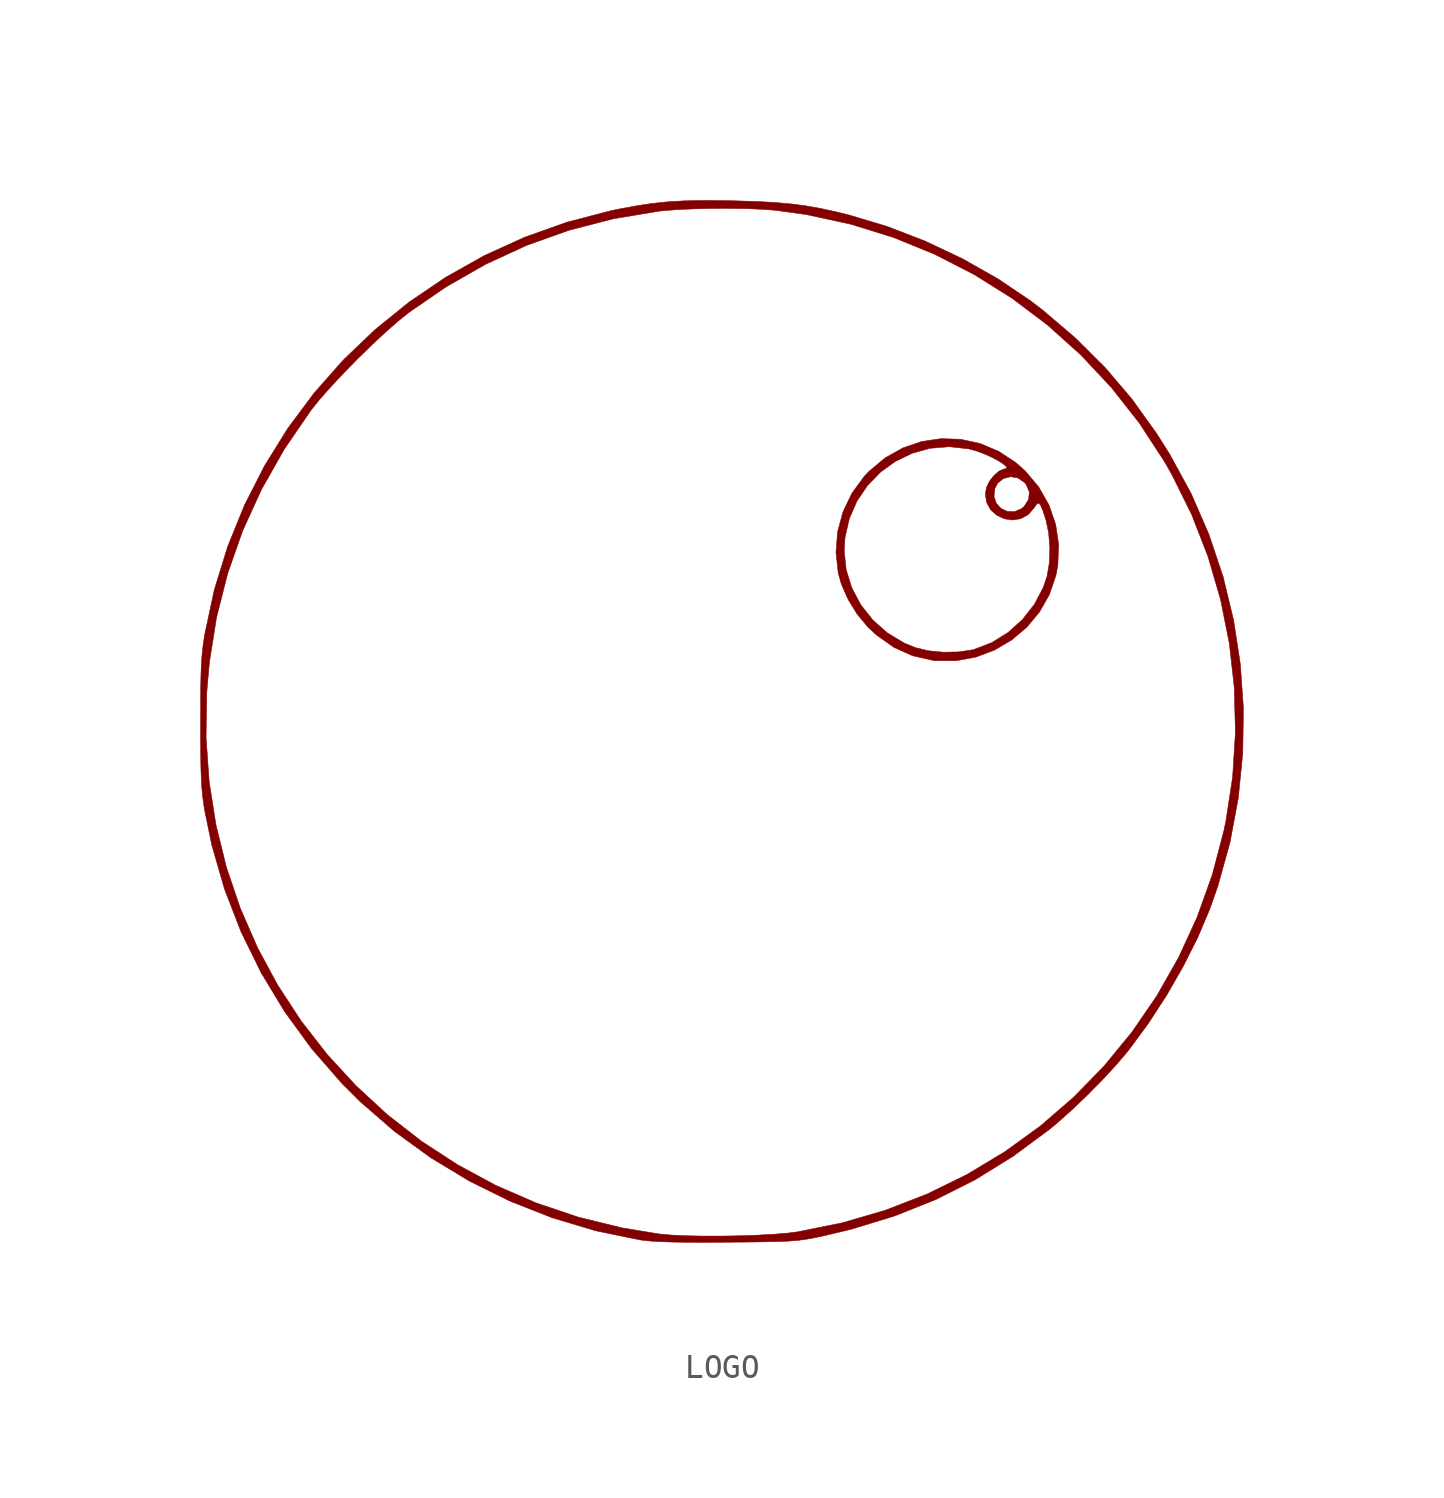
<source format=kicad_sym>
(kicad_symbol_lib
  (version 20210619)
  (generator bitmap2component)
  (symbol "LOGO"
    (pin_names
      (offset 1.016))
    (property "Reference" "#G"
      (at 0 21.04 0)
      (effects (font (size 1.27 1.27)) hide))
    (symbol "LOGO_0_0"
      (polyline (pts (xy 0.212 -21.643) (xy 0.773 -21.639) (xy 1.45 -21.632) (xy 1.997 -21.623) (xy 2.438 -21.612) (xy 2.798 -21.595) (xy 3.099 -21.572) (xy 3.365 -21.541) (xy 3.62 -21.501) (xy 3.888 -21.45) (xy 4.191 -21.386) (xy 5.365 -21.107) (xy 7.176 -20.553) (xy 8.893 -19.867) (xy 10.53 -19.043) (xy 12.1 -18.072) (xy 13.617 -16.949) (xy 13.93 -16.69) (xy 14.53 -16.156) (xy 15.158 -15.557) (xy 15.775 -14.934) (xy 16.338 -14.328) (xy 16.807 -13.781) (xy 16.951 -13.6) (xy 17.738 -12.528) (xy 18.491 -11.367) (xy 19.181 -10.162) (xy 19.784 -8.961) (xy 20.273 -7.807) (xy 20.617 -6.829) (xy 21.119 -5.019) (xy 21.463 -3.18) (xy 21.648 -1.325) (xy 21.677 0.534) (xy 21.549 2.386) (xy 21.267 4.219) (xy 20.832 6.02) (xy 20.243 7.778) (xy 19.503 9.48) (xy 18.612 11.114) (xy 18.06 11.987) (xy 17.041 13.406) (xy 15.93 14.712) (xy 14.704 15.934) (xy 13.335 17.102) (xy 12.811 17.503) (xy 11.456 18.414) (xy 9.991 19.242) (xy 8.453 19.97) (xy 6.874 20.58) (xy 5.292 21.055) (xy 4.763 21.185) (xy 4.107 21.329) (xy 3.484 21.439) (xy 2.853 21.521) (xy 2.176 21.58) (xy 1.41 21.621) (xy 0.515 21.648) (xy -0.082 21.66) (xy -0.899 21.663) (xy -1.611 21.645) (xy -2.258 21.606) (xy -2.877 21.541) (xy -3.509 21.448) (xy -4.191 21.324) (xy -4.603 21.239) (xy -6.432 20.763) (xy -8.194 20.138) (xy -9.882 19.37) (xy -11.488 18.467) (xy -13.007 17.437) (xy -14.429 16.286) (xy -15.748 15.023) (xy -16.958 13.654) (xy -18.05 12.188) (xy -19.017 10.63) (xy -19.853 8.989) (xy -20.55 7.272) (xy -21.101 5.487) (xy -21.498 3.64) (xy -21.549 3.322) (xy -21.59 3.012) (xy -21.621 2.688) (xy -21.644 2.324) (xy -21.659 1.895) (xy -21.669 1.375) (xy -21.673 0.737) (xy -21.675 -0.044) (xy -21.674 -0.653) (xy -21.446 -0.653) (xy -21.415 1.232) (xy -21.307 2.465) (xy -21.008 4.338) (xy -20.547 6.16) (xy -19.925 7.93) (xy -19.141 9.65) (xy -18.196 11.318) (xy -17.089 12.936) (xy -17.064 12.969) (xy -16.702 13.417) (xy -16.239 13.939) (xy -15.707 14.508) (xy -15.133 15.092) (xy -14.547 15.664) (xy -13.979 16.193) (xy -13.457 16.651) (xy -13.012 17.008) (xy -11.482 18.061) (xy -9.828 19.008) (xy -8.119 19.796) (xy -6.352 20.425) (xy -4.523 20.898) (xy -2.628 21.215) (xy -2.456 21.234) (xy -1.875 21.28) (xy -1.188 21.311) (xy -0.44 21.329) (xy 0.323 21.332) (xy 1.055 21.32) (xy 1.711 21.293) (xy 2.244 21.251) (xy 3.513 21.074) (xy 5.344 20.677) (xy 7.123 20.126) (xy 8.841 19.424) (xy 10.488 18.58) (xy 12.056 17.597) (xy 13.535 16.482) (xy 14.917 15.241) (xy 16.192 13.88) (xy 17.351 12.405) (xy 18.386 10.82) (xy 18.702 10.267) (xy 19.528 8.597) (xy 20.203 6.862) (xy 20.724 5.077) (xy 21.089 3.255) (xy 21.296 1.409) (xy 21.343 -0.45) (xy 21.227 -2.306) (xy 20.945 -4.149) (xy 20.865 -4.533) (xy 20.383 -6.367) (xy 19.752 -8.128) (xy 18.979 -9.811) (xy 18.072 -11.408) (xy 17.038 -12.912) (xy 15.883 -14.319) (xy 14.614 -15.619) (xy 13.239 -16.808) (xy 11.764 -17.877) (xy 10.195 -18.822) (xy 8.541 -19.634) (xy 6.808 -20.308) (xy 5.003 -20.836) (xy 3.133 -21.213) (xy 2.784 -21.258) (xy 2.191 -21.309) (xy 1.498 -21.348) (xy 0.742 -21.375) (xy -0.038 -21.388) (xy -0.803 -21.388) (xy -1.514 -21.373) (xy -2.135 -21.343) (xy -2.625 -21.298) (xy -4.157 -21.045) (xy -5.977 -20.599) (xy -7.727 -20.008) (xy -9.4 -19.281) (xy -10.99 -18.423) (xy -12.492 -17.444) (xy -13.9 -16.349) (xy -15.206 -15.146) (xy -16.407 -13.842) (xy -17.494 -12.445) (xy -18.463 -10.962) (xy -19.307 -9.399) (xy -20.02 -7.765) (xy -20.597 -6.066) (xy -21.031 -4.309) (xy -21.316 -2.502) (xy -21.446 -0.653) (xy -21.674 -0.653) (xy -21.674 -0.731) (xy -21.669 -1.391) (xy -21.66 -1.929) (xy -21.645 -2.371) (xy -21.623 -2.743) (xy -21.593 -3.071) (xy -21.554 -3.38) (xy -21.504 -3.696) (xy -21.203 -5.152) (xy -20.676 -6.974) (xy -19.993 -8.739) (xy -19.158 -10.439) (xy -18.177 -12.063) (xy -17.054 -13.603) (xy -15.793 -15.048) (xy -15.028 -15.811) (xy -13.616 -17.035) (xy -12.098 -18.136) (xy -10.488 -19.107) (xy -8.801 -19.941) (xy -7.049 -20.63) (xy -5.247 -21.168) (xy -3.409 -21.546) (xy -3.24 -21.57) (xy -2.922 -21.6) (xy -2.525 -21.623) (xy -2.031 -21.638) (xy -1.422 -21.646) (xy -0.681 -21.648) (xy 0.212 -21.643)) (stroke (width 0.01)) (fill (type outline)))
      (polyline (pts (xy 10.55 2.679) (xy 11.326 2.97) (xy 12.04 3.389) (xy 12.671 3.923) (xy 13.201 4.558) (xy 13.612 5.283) (xy 13.884 6.083) (xy 13.962 6.506) (xy 13.996 7.356) (xy 13.872 8.194) (xy 13.595 8.997) (xy 13.172 9.745) (xy 12.61 10.414) (xy 12.215 10.765) (xy 11.498 11.236) (xy 10.729 11.559) (xy 9.927 11.734) (xy 9.112 11.762) (xy 8.304 11.643) (xy 7.521 11.376) (xy 6.783 10.962) (xy 6.11 10.4) (xy 5.914 10.193) (xy 5.401 9.491) (xy 5.029 8.714) (xy 4.806 7.886) (xy 4.745 7.105) (xy 5.08 7.105) (xy 5.116 7.66) (xy 5.296 8.444) (xy 5.611 9.165) (xy 6.047 9.809) (xy 6.586 10.365) (xy 7.212 10.817) (xy 7.909 11.154) (xy 8.66 11.361) (xy 9.45 11.426) (xy 10.262 11.335) (xy 10.558 11.254) (xy 10.877 11.138) (xy 11.187 11.001) (xy 11.462 10.857) (xy 11.679 10.721) (xy 11.813 10.607) (xy 11.839 10.528) (xy 11.733 10.499) (xy 11.717 10.498) (xy 11.524 10.416) (xy 11.31 10.232) (xy 11.119 9.991) (xy 10.998 9.741) (xy 10.95 9.465) (xy 10.965 9.36) (xy 11.307 9.36) (xy 11.345 9.694) (xy 11.462 9.912) (xy 11.701 10.105) (xy 11.997 10.179) (xy 12.304 10.126) (xy 12.577 9.936) (xy 12.643 9.856) (xy 12.776 9.549) (xy 12.748 9.234) (xy 12.562 8.944) (xy 12.442 8.844) (xy 12.15 8.724) (xy 11.857 8.737) (xy 11.596 8.861) (xy 11.402 9.075) (xy 11.307 9.36) (xy 10.965 9.36) (xy 11.001 9.106) (xy 11.168 8.806) (xy 11.422 8.577) (xy 11.735 8.43) (xy 12.078 8.378) (xy 12.421 8.433) (xy 12.737 8.607) (xy 12.995 8.911) (xy 13.009 8.933) (xy 13.098 9.056) (xy 13.173 9.079) (xy 13.25 8.988) (xy 13.341 8.765) (xy 13.462 8.394) (xy 13.469 8.373) (xy 13.582 7.828) (xy 13.628 7.207) (xy 13.606 6.587) (xy 13.514 6.043) (xy 13.363 5.592) (xy 12.993 4.883) (xy 12.495 4.245) (xy 11.892 3.702) (xy 11.208 3.278) (xy 10.467 2.996) (xy 10.401 2.98) (xy 9.832 2.895) (xy 9.201 2.884) (xy 8.581 2.944) (xy 8.043 3.072) (xy 7.577 3.263) (xy 6.877 3.684) (xy 6.27 4.221) (xy 5.772 4.851) (xy 5.398 5.556) (xy 5.162 6.314) (xy 5.08 7.105) (xy 4.745 7.105) (xy 4.739 7.029) (xy 4.834 6.164) (xy 4.962 5.715) (xy 5.244 5.077) (xy 5.621 4.463) (xy 6.061 3.934) (xy 6.431 3.59) (xy 7.152 3.082) (xy 7.929 2.734) (xy 8.762 2.546) (xy 8.882 2.532) (xy 9.729 2.529) (xy 10.55 2.679)) (stroke (width 0.01)) (fill (type outline))))))
</source>
